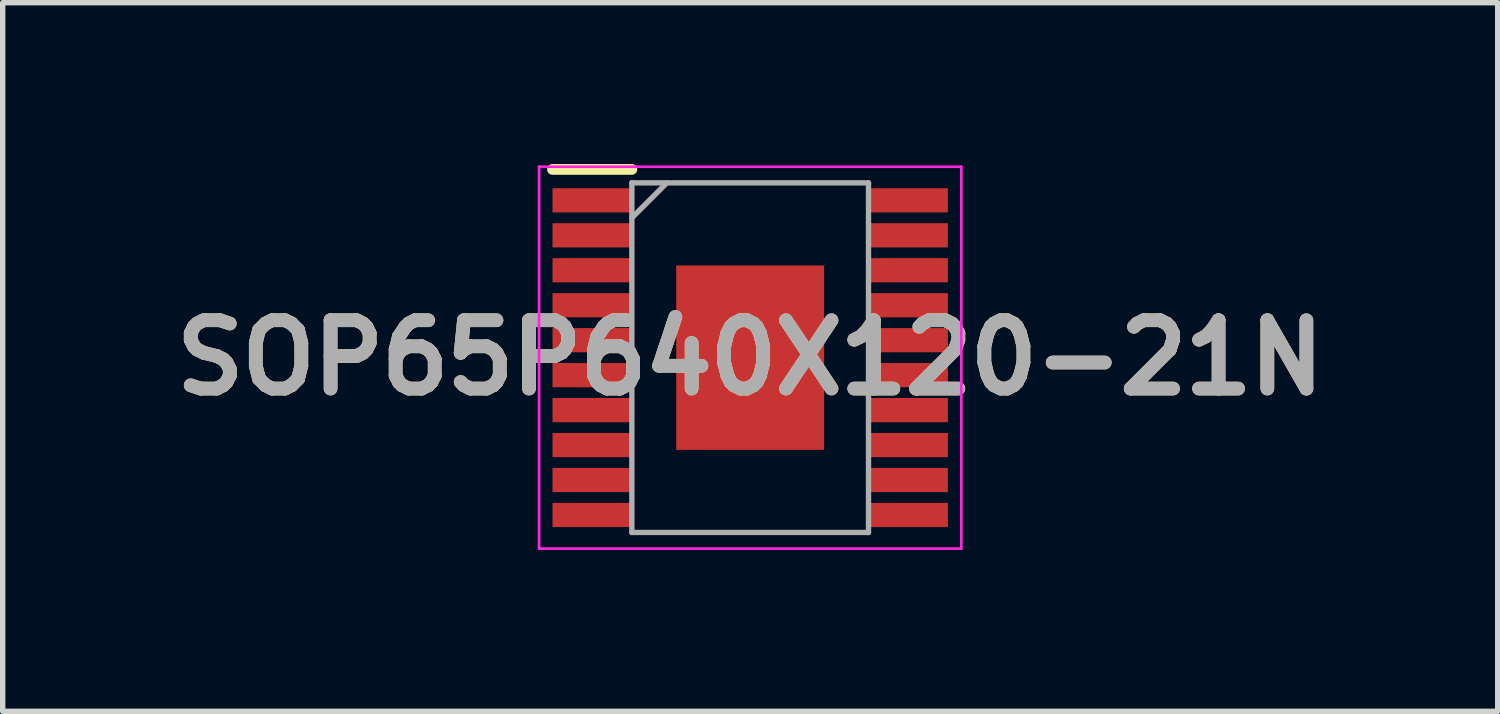
<source format=kicad_pcb>
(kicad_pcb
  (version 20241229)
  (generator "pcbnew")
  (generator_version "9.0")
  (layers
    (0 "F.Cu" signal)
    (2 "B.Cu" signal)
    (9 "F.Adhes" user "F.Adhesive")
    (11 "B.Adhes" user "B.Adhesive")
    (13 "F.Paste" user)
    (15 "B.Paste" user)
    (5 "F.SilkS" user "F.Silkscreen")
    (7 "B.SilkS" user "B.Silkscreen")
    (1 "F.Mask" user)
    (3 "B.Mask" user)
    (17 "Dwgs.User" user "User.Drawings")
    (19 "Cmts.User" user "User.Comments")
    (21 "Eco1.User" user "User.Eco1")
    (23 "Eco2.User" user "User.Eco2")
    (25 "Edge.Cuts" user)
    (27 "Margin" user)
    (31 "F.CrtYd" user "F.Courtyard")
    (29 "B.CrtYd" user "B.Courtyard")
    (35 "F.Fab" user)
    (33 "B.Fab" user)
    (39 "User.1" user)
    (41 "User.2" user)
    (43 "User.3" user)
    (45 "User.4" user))
  (footprint "SOP65P640X120-21N"
    (layer "F.Cu")
    (at 10.898 3.6)
    (property "Reference" "SOP65P640X120-21N" (at 0 0 0) (layer "F.SilkS") (effects (font (size 1.27 1.27) (thickness 0.254))))
    (attr smd)
    (fp_line (start -3.675 -3.5) (end -2.2 -3.5) (stroke (width 0.2) (type solid)) (layer "F.SilkS"))
    (fp_line (start -3.925 -3.55) (end 3.925 -3.55) (stroke (width 0.05) (type solid)) (layer "F.CrtYd"))
    (fp_line (start -3.925 3.55) (end -3.925 -3.55) (stroke (width 0.05) (type solid)) (layer "F.CrtYd"))
    (fp_line (start 3.925 -3.55) (end 3.925 3.55) (stroke (width 0.05) (type solid)) (layer "F.CrtYd"))
    (fp_line (start 3.925 3.55) (end -3.925 3.55) (stroke (width 0.05) (type solid)) (layer "F.CrtYd"))
    (fp_line (start -2.2 -3.25) (end 2.2 -3.25) (stroke (width 0.1) (type solid)) (layer "F.Fab"))
    (fp_line (start -2.2 -2.6) (end -1.55 -3.25) (stroke (width 0.1) (type solid)) (layer "F.Fab"))
    (fp_line (start -2.2 3.25) (end -2.2 -3.25) (stroke (width 0.1) (type solid)) (layer "F.Fab"))
    (fp_line (start 2.2 -3.25) (end 2.2 3.25) (stroke (width 0.1) (type solid)) (layer "F.Fab"))
    (fp_line (start 2.2 3.25) (end -2.2 3.25) (stroke (width 0.1) (type solid)) (layer "F.Fab"))
    (fp_text user "${REFERENCE}" (at 0 0 0) (layer "F.Fab") (effects (font (size 1.27 1.27) (thickness 0.254))))
    (pad "1" smd rect (at -2.938 -2.925 90) (size 0.45 1.475) (layers "F.Cu" "F.Mask" "F.Paste"))
    (pad "2" smd rect (at -2.938 -2.275 90) (size 0.45 1.475) (layers "F.Cu" "F.Mask" "F.Paste"))
    (pad "3" smd rect (at -2.938 -1.625 90) (size 0.45 1.475) (layers "F.Cu" "F.Mask" "F.Paste"))
    (pad "4" smd rect (at -2.938 -0.975 90) (size 0.45 1.475) (layers "F.Cu" "F.Mask" "F.Paste"))
    (pad "5" smd rect (at -2.938 -0.325 90) (size 0.45 1.475) (layers "F.Cu" "F.Mask" "F.Paste"))
    (pad "6" smd rect (at -2.938 0.325 90) (size 0.45 1.475) (layers "F.Cu" "F.Mask" "F.Paste"))
    (pad "7" smd rect (at -2.938 0.975 90) (size 0.45 1.475) (layers "F.Cu" "F.Mask" "F.Paste"))
    (pad "8" smd rect (at -2.938 1.625 90) (size 0.45 1.475) (layers "F.Cu" "F.Mask" "F.Paste"))
    (pad "9" smd rect (at -2.938 2.275 90) (size 0.45 1.475) (layers "F.Cu" "F.Mask" "F.Paste"))
    (pad "10" smd rect (at -2.938 2.925 90) (size 0.45 1.475) (layers "F.Cu" "F.Mask" "F.Paste"))
    (pad "11" smd rect (at 2.938 2.925 90) (size 0.45 1.475) (layers "F.Cu" "F.Mask" "F.Paste"))
    (pad "12" smd rect (at 2.938 2.275 90) (size 0.45 1.475) (layers "F.Cu" "F.Mask" "F.Paste"))
    (pad "13" smd rect (at 2.938 1.625 90) (size 0.45 1.475) (layers "F.Cu" "F.Mask" "F.Paste"))
    (pad "14" smd rect (at 2.938 0.975 90) (size 0.45 1.475) (layers "F.Cu" "F.Mask" "F.Paste"))
    (pad "15" smd rect (at 2.938 0.325 90) (size 0.45 1.475) (layers "F.Cu" "F.Mask" "F.Paste"))
    (pad "16" smd rect (at 2.938 -0.325 90) (size 0.45 1.475) (layers "F.Cu" "F.Mask" "F.Paste"))
    (pad "17" smd rect (at 2.938 -0.975 90) (size 0.45 1.475) (layers "F.Cu" "F.Mask" "F.Paste"))
    (pad "18" smd rect (at 2.938 -1.625 90) (size 0.45 1.475) (layers "F.Cu" "F.Mask" "F.Paste"))
    (pad "19" smd rect (at 2.938 -2.275 90) (size 0.45 1.475) (layers "F.Cu" "F.Mask" "F.Paste"))
    (pad "20" smd rect (at 2.938 -2.925 90) (size 0.45 1.475) (layers "F.Cu" "F.Mask" "F.Paste"))
    (pad "21" smd rect (at 0 0) (size 2.75 3.43) (layers "F.Cu" "F.Mask" "F.Paste")))
  (gr_rect
    (start -3 -3)
    (end 24.796 10.175)
    (stroke (width 0.1) (type default))
    (fill no)
    (layer "Edge.Cuts")))
</source>
